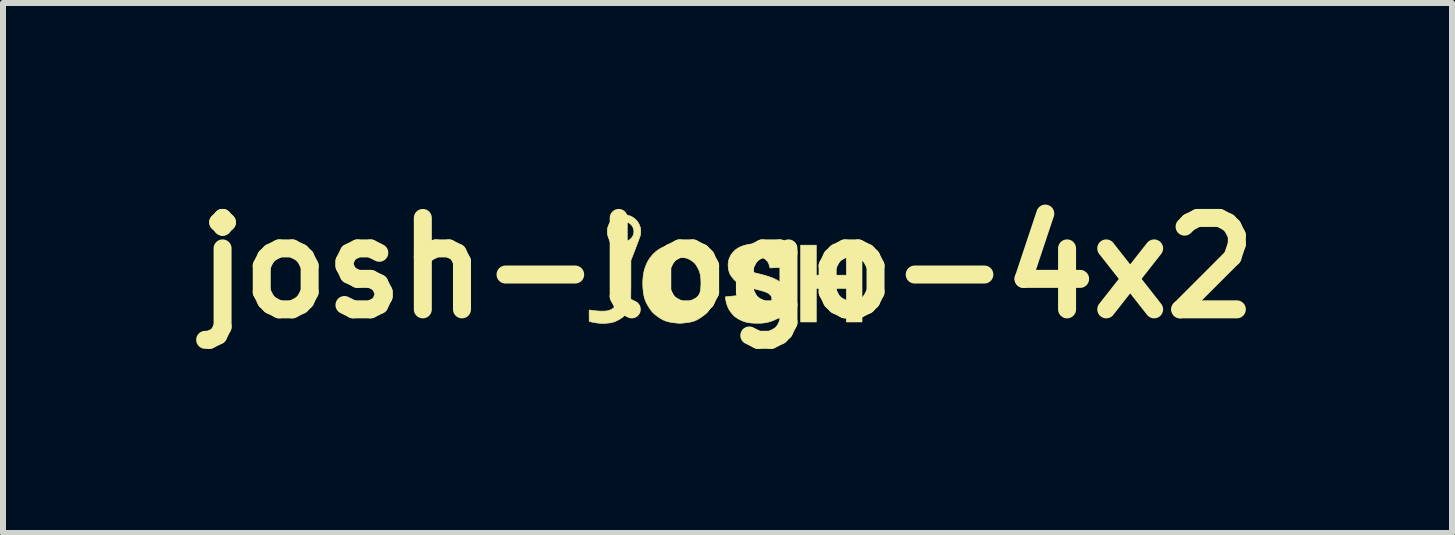
<source format=kicad_pcb>
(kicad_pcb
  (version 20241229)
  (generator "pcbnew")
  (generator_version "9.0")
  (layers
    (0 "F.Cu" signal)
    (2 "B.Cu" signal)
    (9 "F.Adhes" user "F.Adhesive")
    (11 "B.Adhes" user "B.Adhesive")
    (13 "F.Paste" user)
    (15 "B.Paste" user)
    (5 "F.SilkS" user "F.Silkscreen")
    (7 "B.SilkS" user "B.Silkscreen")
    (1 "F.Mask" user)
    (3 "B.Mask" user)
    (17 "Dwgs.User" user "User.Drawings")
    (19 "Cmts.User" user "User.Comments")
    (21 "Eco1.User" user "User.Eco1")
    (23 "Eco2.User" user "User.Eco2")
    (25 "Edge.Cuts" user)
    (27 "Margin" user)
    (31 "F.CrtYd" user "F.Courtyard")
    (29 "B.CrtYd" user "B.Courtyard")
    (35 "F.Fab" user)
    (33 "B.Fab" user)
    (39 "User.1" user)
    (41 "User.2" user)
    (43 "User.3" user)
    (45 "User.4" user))
  (footprint "josh-logo-4x2"
    (layer "F.Cu")
    (at 9.079 1.418)
    (property "Reference" "josh-logo-4x2" (at 0 0 0) (layer "F.SilkS") (effects (font (size 1.524 1.524) (thickness 0.3))))
    (attr through_hole)
    (fp_poly (pts (xy 1.48 0.12) (xy 1.981 0.12) (xy 1.981 -0.381) (xy 2.242 -0.381) (xy 2.242 0.9) (xy 1.981 0.9) (xy 1.981 0.341) (xy 1.48 0.341) (xy 1.48 0.9) (xy 1.219 0.9) (xy 1.219 -0.381) (xy 1.48 -0.381) (xy 1.48 0.12)) (stroke (width 0.01) (type solid)) (fill yes) (layer "F.SilkS"))
    (fp_poly (pts (xy -1.698 -0.887) (xy -1.678 -0.884) (xy -1.634 -0.872) (xy -1.593 -0.854) (xy -1.557 -0.831) (xy -1.524 -0.802) (xy -1.496 -0.768) (xy -1.474 -0.729) (xy -1.457 -0.686) (xy -1.453 -0.675) (xy -1.449 -0.652) (xy -1.447 -0.625) (xy -1.447 -0.596) (xy -1.449 -0.569) (xy -1.453 -0.544) (xy -1.453 -0.544) (xy -1.456 -0.536) (xy -1.461 -0.521) (xy -1.468 -0.502) (xy -1.477 -0.477) (xy -1.487 -0.449) (xy -1.499 -0.417) (xy -1.512 -0.383) (xy -1.526 -0.347) (xy -1.535 -0.322) (xy -1.611 -0.126) (xy -1.611 0.185) (xy -1.611 0.243) (xy -1.611 0.297) (xy -1.612 0.347) (xy -1.612 0.392) (xy -1.612 0.431) (xy -1.613 0.465) (xy -1.613 0.493) (xy -1.614 0.515) (xy -1.615 0.53) (xy -1.615 0.535) (xy -1.62 0.577) (xy -1.628 0.615) (xy -1.639 0.65) (xy -1.654 0.684) (xy -1.672 0.719) (xy -1.696 0.757) (xy -1.705 0.769) (xy -1.717 0.786) (xy -1.727 0.799) (xy -1.735 0.809) (xy -1.744 0.817) (xy -1.754 0.825) (xy -1.768 0.834) (xy -1.769 0.835) (xy -1.805 0.857) (xy -1.837 0.875) (xy -1.867 0.889) (xy -1.897 0.9) (xy -1.927 0.909) (xy -1.96 0.915) (xy -1.998 0.919) (xy -2.023 0.921) (xy -2.044 0.923) (xy -2.059 0.924) (xy -2.072 0.924) (xy -2.084 0.924) (xy -2.097 0.924) (xy -2.113 0.923) (xy -2.134 0.921) (xy -2.137 0.921) (xy -2.157 0.919) (xy -2.181 0.916) (xy -2.208 0.911) (xy -2.236 0.906) (xy -2.262 0.901) (xy -2.285 0.896) (xy -2.295 0.893) (xy -2.306 0.89) (xy -2.307 0.795) (xy -2.307 0.765) (xy -2.307 0.742) (xy -2.307 0.725) (xy -2.306 0.713) (xy -2.306 0.705) (xy -2.304 0.701) (xy -2.303 0.7) (xy -2.298 0.701) (xy -2.287 0.702) (xy -2.272 0.704) (xy -2.254 0.707) (xy -2.25 0.707) (xy -2.208 0.713) (xy -2.166 0.716) (xy -2.125 0.719) (xy -2.087 0.719) (xy -2.052 0.719) (xy -2.022 0.716) (xy -1.997 0.713) (xy -1.992 0.711) (xy -1.954 0.699) (xy -1.923 0.683) (xy -1.898 0.664) (xy -1.878 0.64) (xy -1.863 0.612) (xy -1.854 0.579) (xy -1.851 0.567) (xy -1.849 0.554) (xy -1.847 0.54) (xy -1.846 0.524) (xy -1.844 0.506) (xy -1.843 0.485) (xy -1.842 0.461) (xy -1.841 0.433) (xy -1.841 0.4) (xy -1.84 0.363) (xy -1.84 0.321) (xy -1.84 0.272) (xy -1.84 0.218) (xy -1.84 0.165) (xy -1.84 -0.127) (xy -1.915 -0.32) (xy -1.929 -0.357) (xy -1.942 -0.392) (xy -1.955 -0.425) (xy -1.966 -0.455) (xy -1.976 -0.482) (xy -1.985 -0.505) (xy -1.991 -0.523) (xy -1.995 -0.536) (xy -1.997 -0.541) (xy -2.002 -0.567) (xy -2.004 -0.597) (xy -2.004 -0.615) (xy -1.89 -0.615) (xy -1.888 -0.583) (xy -1.88 -0.552) (xy -1.867 -0.524) (xy -1.848 -0.499) (xy -1.825 -0.477) (xy -1.797 -0.46) (xy -1.77 -0.45) (xy -1.736 -0.444) (xy -1.702 -0.445) (xy -1.687 -0.448) (xy -1.656 -0.459) (xy -1.628 -0.475) (xy -1.604 -0.497) (xy -1.585 -0.523) (xy -1.571 -0.551) (xy -1.563 -0.583) (xy -1.561 -0.615) (xy -1.561 -0.617) (xy -1.567 -0.651) (xy -1.579 -0.682) (xy -1.596 -0.709) (xy -1.617 -0.732) (xy -1.642 -0.75) (xy -1.67 -0.763) (xy -1.7 -0.77) (xy -1.732 -0.772) (xy -1.765 -0.768) (xy -1.798 -0.756) (xy -1.803 -0.754) (xy -1.823 -0.741) (xy -1.843 -0.723) (xy -1.86 -0.701) (xy -1.873 -0.678) (xy -1.885 -0.647) (xy -1.89 -0.615) (xy -2.004 -0.615) (xy -2.004 -0.628) (xy -2.001 -0.657) (xy -1.996 -0.678) (xy -1.98 -0.721) (xy -1.959 -0.761) (xy -1.932 -0.796) (xy -1.9 -0.826) (xy -1.865 -0.85) (xy -1.825 -0.869) (xy -1.781 -0.882) (xy -1.773 -0.884) (xy -1.746 -0.888) (xy -1.722 -0.889) (xy -1.698 -0.887)) (stroke (width 0.01) (type solid)) (fill yes) (layer "F.SilkS"))
    (fp_poly (pts (xy -0.755 -0.4) (xy -0.703 -0.396) (xy -0.652 -0.388) (xy -0.605 -0.379) (xy -0.561 -0.366) (xy -0.522 -0.352) (xy -0.51 -0.346) (xy -0.491 -0.335) (xy -0.469 -0.321) (xy -0.443 -0.304) (xy -0.417 -0.286) (xy -0.391 -0.267) (xy -0.383 -0.26) (xy -0.365 -0.246) (xy -0.351 -0.233) (xy -0.339 -0.221) (xy -0.327 -0.207) (xy -0.313 -0.188) (xy -0.313 -0.187) (xy -0.278 -0.137) (xy -0.25 -0.091) (xy -0.228 -0.049) (xy -0.212 -0.01) (xy -0.209 -0.002) (xy -0.198 0.037) (xy -0.189 0.082) (xy -0.182 0.131) (xy -0.177 0.183) (xy -0.174 0.235) (xy -0.174 0.288) (xy -0.176 0.338) (xy -0.178 0.357) (xy -0.183 0.407) (xy -0.19 0.45) (xy -0.199 0.489) (xy -0.211 0.526) (xy -0.225 0.561) (xy -0.242 0.596) (xy -0.263 0.632) (xy -0.282 0.662) (xy -0.299 0.688) (xy -0.313 0.709) (xy -0.326 0.725) (xy -0.337 0.739) (xy -0.349 0.751) (xy -0.362 0.763) (xy -0.377 0.775) (xy -0.385 0.782) (xy -0.432 0.816) (xy -0.475 0.845) (xy -0.516 0.867) (xy -0.554 0.884) (xy -0.58 0.892) (xy -0.604 0.898) (xy -0.633 0.904) (xy -0.665 0.909) (xy -0.698 0.913) (xy -0.731 0.917) (xy -0.761 0.92) (xy -0.787 0.921) (xy -0.8 0.921) (xy -0.811 0.921) (xy -0.826 0.92) (xy -0.845 0.918) (xy -0.865 0.916) (xy -0.866 0.916) (xy -0.915 0.91) (xy -0.958 0.903) (xy -0.996 0.894) (xy -1.031 0.883) (xy -1.064 0.87) (xy -1.097 0.853) (xy -1.13 0.833) (xy -1.136 0.829) (xy -1.175 0.802) (xy -1.209 0.776) (xy -1.237 0.751) (xy -1.258 0.729) (xy -1.266 0.719) (xy -1.297 0.676) (xy -1.323 0.636) (xy -1.344 0.599) (xy -1.362 0.563) (xy -1.376 0.526) (xy -1.388 0.488) (xy -1.397 0.447) (xy -1.404 0.402) (xy -1.409 0.351) (xy -1.412 0.318) (xy -1.413 0.273) (xy -1.413 0.252) (xy -1.143 0.252) (xy -1.143 0.3) (xy -1.14 0.343) (xy -1.136 0.381) (xy -1.129 0.416) (xy -1.119 0.448) (xy -1.107 0.479) (xy -1.091 0.511) (xy -1.072 0.544) (xy -1.071 0.545) (xy -1.056 0.568) (xy -1.042 0.587) (xy -1.028 0.601) (xy -1.022 0.607) (xy -0.994 0.63) (xy -0.969 0.649) (xy -0.944 0.663) (xy -0.918 0.674) (xy -0.889 0.683) (xy -0.857 0.69) (xy -0.826 0.694) (xy -0.802 0.696) (xy -0.776 0.695) (xy -0.745 0.692) (xy -0.74 0.691) (xy -0.705 0.685) (xy -0.674 0.677) (xy -0.647 0.666) (xy -0.62 0.652) (xy -0.593 0.633) (xy -0.565 0.608) (xy -0.564 0.608) (xy -0.544 0.587) (xy -0.525 0.561) (xy -0.506 0.531) (xy -0.488 0.498) (xy -0.474 0.464) (xy -0.462 0.431) (xy -0.459 0.421) (xy -0.453 0.388) (xy -0.448 0.35) (xy -0.445 0.308) (xy -0.443 0.264) (xy -0.444 0.219) (xy -0.446 0.175) (xy -0.447 0.169) (xy -0.451 0.128) (xy -0.459 0.091) (xy -0.47 0.056) (xy -0.484 0.022) (xy -0.504 -0.015) (xy -0.512 -0.03) (xy -0.524 -0.048) (xy -0.533 -0.062) (xy -0.542 -0.073) (xy -0.551 -0.083) (xy -0.564 -0.094) (xy -0.573 -0.102) (xy -0.604 -0.125) (xy -0.636 -0.144) (xy -0.667 -0.158) (xy -0.687 -0.165) (xy -0.73 -0.173) (xy -0.776 -0.177) (xy -0.823 -0.176) (xy -0.868 -0.17) (xy -0.91 -0.16) (xy -0.914 -0.159) (xy -0.947 -0.145) (xy -0.98 -0.126) (xy -1.012 -0.102) (xy -1.04 -0.075) (xy -1.062 -0.047) (xy -1.066 -0.041) (xy -1.087 -0.005) (xy -1.105 0.028) (xy -1.118 0.061) (xy -1.128 0.094) (xy -1.136 0.13) (xy -1.14 0.168) (xy -1.143 0.211) (xy -1.143 0.252) (xy -1.413 0.252) (xy -1.413 0.226) (xy -1.41 0.177) (xy -1.406 0.13) (xy -1.399 0.087) (xy -1.391 0.049) (xy -1.373 -0.012) (xy -1.351 -0.068) (xy -1.325 -0.119) (xy -1.294 -0.167) (xy -1.258 -0.212) (xy -1.235 -0.237) (xy -1.191 -0.277) (xy -1.144 -0.311) (xy -1.094 -0.34) (xy -1.04 -0.363) (xy -0.981 -0.381) (xy -0.953 -0.388) (xy -0.907 -0.396) (xy -0.858 -0.4) (xy -0.807 -0.402) (xy -0.755 -0.4)) (stroke (width 0.01) (type solid)) (fill yes) (layer "F.SilkS"))
    (fp_poly (pts (xy 0.52 -0.401) (xy 0.556 -0.399) (xy 0.597 -0.395) (xy 0.633 -0.39) (xy 0.666 -0.383) (xy 0.697 -0.372) (xy 0.729 -0.359) (xy 0.763 -0.342) (xy 0.801 -0.32) (xy 0.801 -0.32) (xy 0.821 -0.307) (xy 0.838 -0.295) (xy 0.853 -0.279) (xy 0.863 -0.269) (xy 0.888 -0.24) (xy 0.907 -0.215) (xy 0.922 -0.191) (xy 0.934 -0.167) (xy 0.943 -0.142) (xy 0.947 -0.13) (xy 0.951 -0.115) (xy 0.955 -0.096) (xy 0.958 -0.075) (xy 0.962 -0.055) (xy 0.964 -0.037) (xy 0.965 -0.023) (xy 0.965 -0.021) (xy 0.965 -0.012) (xy 0.839 -0.007) (xy 0.81 -0.006) (xy 0.782 -0.005) (xy 0.758 -0.004) (xy 0.738 -0.003) (xy 0.722 -0.002) (xy 0.713 -0.002) (xy 0.71 -0.002) (xy 0.707 -0.005) (xy 0.704 -0.014) (xy 0.7 -0.026) (xy 0.698 -0.033) (xy 0.693 -0.054) (xy 0.687 -0.07) (xy 0.681 -0.084) (xy 0.673 -0.098) (xy 0.663 -0.112) (xy 0.647 -0.13) (xy 0.631 -0.145) (xy 0.611 -0.157) (xy 0.59 -0.167) (xy 0.569 -0.174) (xy 0.547 -0.18) (xy 0.522 -0.183) (xy 0.494 -0.185) (xy 0.461 -0.184) (xy 0.455 -0.184) (xy 0.427 -0.183) (xy 0.403 -0.18) (xy 0.383 -0.177) (xy 0.364 -0.171) (xy 0.345 -0.164) (xy 0.329 -0.156) (xy 0.301 -0.141) (xy 0.281 -0.123) (xy 0.267 -0.103) (xy 0.26 -0.081) (xy 0.259 -0.056) (xy 0.261 -0.042) (xy 0.268 -0.021) (xy 0.28 -0.003) (xy 0.298 0.013) (xy 0.316 0.025) (xy 0.334 0.035) (xy 0.352 0.044) (xy 0.371 0.052) (xy 0.392 0.06) (xy 0.415 0.068) (xy 0.441 0.076) (xy 0.472 0.084) (xy 0.508 0.093) (xy 0.55 0.104) (xy 0.557 0.105) (xy 0.626 0.124) (xy 0.688 0.143) (xy 0.744 0.163) (xy 0.792 0.184) (xy 0.834 0.207) (xy 0.87 0.23) (xy 0.883 0.24) (xy 0.907 0.264) (xy 0.93 0.293) (xy 0.952 0.325) (xy 0.97 0.36) (xy 0.984 0.395) (xy 0.991 0.416) (xy 0.998 0.454) (xy 1.002 0.496) (xy 1.001 0.539) (xy 0.998 0.582) (xy 0.991 0.621) (xy 0.99 0.622) (xy 0.979 0.656) (xy 0.963 0.691) (xy 0.943 0.727) (xy 0.92 0.76) (xy 0.895 0.79) (xy 0.869 0.815) (xy 0.857 0.825) (xy 0.821 0.848) (xy 0.78 0.868) (xy 0.734 0.886) (xy 0.685 0.901) (xy 0.635 0.912) (xy 0.59 0.918) (xy 0.564 0.92) (xy 0.533 0.921) (xy 0.499 0.921) (xy 0.464 0.921) (xy 0.43 0.919) (xy 0.404 0.918) (xy 0.354 0.912) (xy 0.308 0.903) (xy 0.265 0.889) (xy 0.223 0.871) (xy 0.207 0.863) (xy 0.175 0.846) (xy 0.15 0.83) (xy 0.128 0.815) (xy 0.109 0.799) (xy 0.092 0.782) (xy 0.088 0.777) (xy 0.059 0.742) (xy 0.036 0.71) (xy 0.017 0.678) (xy 0.002 0.645) (xy -0.011 0.609) (xy -0.022 0.57) (xy -0.03 0.529) (xy -0.034 0.507) (xy -0.036 0.492) (xy -0.036 0.484) (xy -0.035 0.481) (xy -0.03 0.48) (xy -0.02 0.479) (xy -0.004 0.477) (xy 0.016 0.475) (xy 0.039 0.473) (xy 0.064 0.47) (xy 0.09 0.468) (xy 0.115 0.465) (xy 0.14 0.463) (xy 0.162 0.461) (xy 0.182 0.459) (xy 0.197 0.458) (xy 0.206 0.457) (xy 0.209 0.457) (xy 0.213 0.458) (xy 0.217 0.463) (xy 0.219 0.473) (xy 0.221 0.48) (xy 0.232 0.522) (xy 0.247 0.559) (xy 0.267 0.594) (xy 0.287 0.619) (xy 0.302 0.635) (xy 0.317 0.648) (xy 0.336 0.66) (xy 0.359 0.673) (xy 0.363 0.675) (xy 0.38 0.683) (xy 0.397 0.689) (xy 0.415 0.693) (xy 0.436 0.696) (xy 0.46 0.698) (xy 0.49 0.698) (xy 0.499 0.698) (xy 0.529 0.698) (xy 0.553 0.697) (xy 0.573 0.695) (xy 0.59 0.691) (xy 0.606 0.686) (xy 0.623 0.679) (xy 0.636 0.673) (xy 0.658 0.661) (xy 0.675 0.65) (xy 0.689 0.64) (xy 0.701 0.627) (xy 0.708 0.62) (xy 0.721 0.601) (xy 0.73 0.582) (xy 0.736 0.561) (xy 0.738 0.536) (xy 0.738 0.524) (xy 0.738 0.507) (xy 0.737 0.495) (xy 0.736 0.486) (xy 0.732 0.477) (xy 0.728 0.469) (xy 0.713 0.45) (xy 0.693 0.431) (xy 0.666 0.415) (xy 0.657 0.41) (xy 0.642 0.404) (xy 0.622 0.396) (xy 0.596 0.388) (xy 0.563 0.378) (xy 0.523 0.367) (xy 0.477 0.355) (xy 0.432 0.343) (xy 0.39 0.332) (xy 0.354 0.323) (xy 0.322 0.313) (xy 0.295 0.304) (xy 0.271 0.295) (xy 0.248 0.285) (xy 0.226 0.274) (xy 0.204 0.262) (xy 0.18 0.248) (xy 0.169 0.241) (xy 0.149 0.228) (xy 0.134 0.217) (xy 0.122 0.207) (xy 0.11 0.195) (xy 0.096 0.179) (xy 0.095 0.178) (xy 0.071 0.149) (xy 0.053 0.122) (xy 0.038 0.096) (xy 0.028 0.068) (xy 0.019 0.038) (xy 0.013 0.002) (xy 0.013 -0.002) (xy 0.009 -0.05) (xy 0.012 -0.094) (xy 0.021 -0.137) (xy 0.037 -0.179) (xy 0.044 -0.192) (xy 0.054 -0.212) (xy 0.064 -0.229) (xy 0.077 -0.245) (xy 0.091 -0.262) (xy 0.108 -0.28) (xy 0.139 -0.308) (xy 0.173 -0.332) (xy 0.212 -0.352) (xy 0.257 -0.37) (xy 0.265 -0.372) (xy 0.305 -0.384) (xy 0.345 -0.393) (xy 0.385 -0.399) (xy 0.426 -0.402) (xy 0.471 -0.403) (xy 0.52 -0.401)) (stroke (width 0.01) (type solid)) (fill yes) (layer "F.SilkS")))
  (gr_rect
    (start -3 -3)
    (end 21.157 5.836)
    (stroke (width 0.1) (type default))
    (fill no)
    (layer "Edge.Cuts")))
</source>
